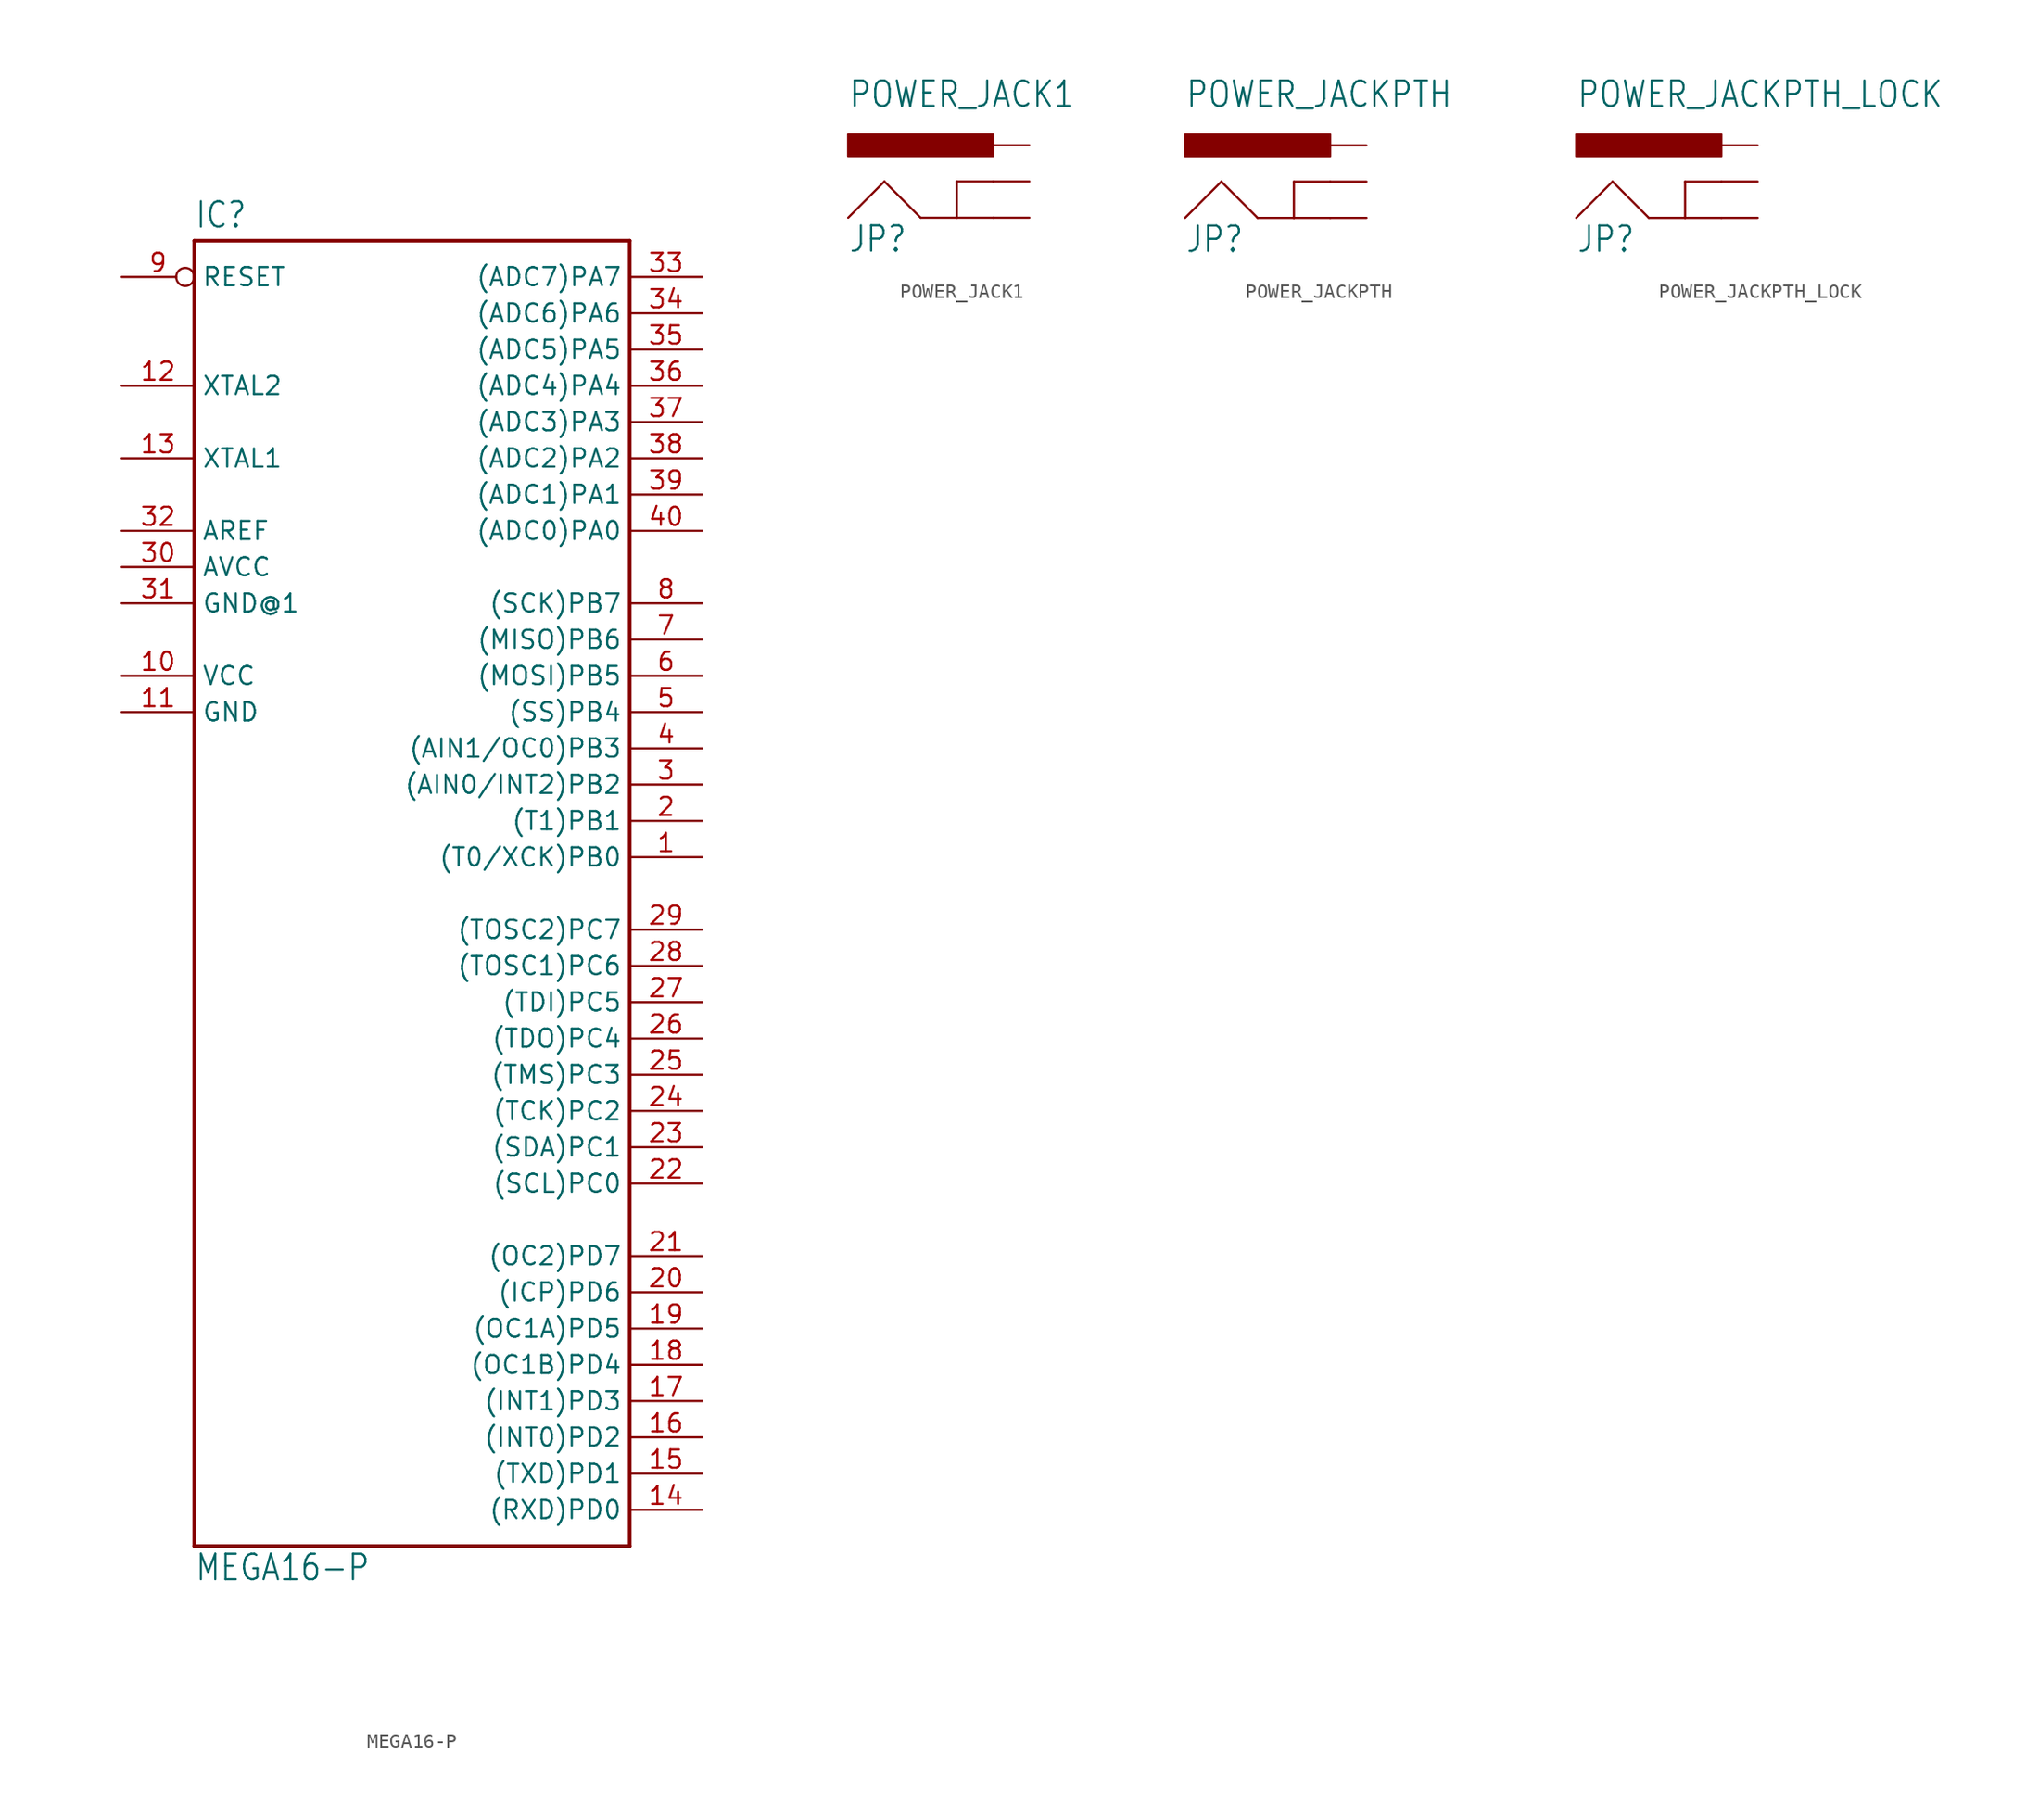
<source format=kicad_sym>
(kicad_symbol_lib
  (version 20211014)
  (generator kicad_symbol_editor)
  (symbol "MEGA16-P"
    (property "Reference" "IC"
      (at -15.24 43.942 0)
      (effects (font (size 1.778 1.511)) (justify left bottom)))
    (property "Value" "MEGA16-P"
      (at -15.24 -50.8 0)
      (effects (font (size 1.778 1.511)) (justify left bottom)))
    (property "ki_locked" ""
      (at 0 0 0)
      (effects (font (size 1.27 1.27))))
    (symbol "MEGA16-P_1_0"
      (polyline (pts (xy -15.24 -48.26) (xy -15.24 43.18)) (stroke (width 0.254) (type default) (color 0 0 0 0)) (fill (type none)))
      (polyline (pts (xy -15.24 43.18) (xy 15.24 43.18)) (stroke (width 0.254) (type default) (color 0 0 0 0)) (fill (type none)))
      (polyline (pts (xy 15.24 -48.26) (xy -15.24 -48.26)) (stroke (width 0.254) (type default) (color 0 0 0 0)) (fill (type none)))
      (polyline (pts (xy 15.24 43.18) (xy 15.24 -48.26)) (stroke (width 0.254) (type default) (color 0 0 0 0)) (fill (type none)))
      (pin bidirectional line (at 20.32 0 180) (length 5.08) (name "(T0/XCK)PB0" (effects (font (size 1.27 1.27)))) (number "1" (effects (font (size 1.27 1.27)))))
      (pin power_in line (at -20.32 12.7 0) (length 5.08) (name "VCC" (effects (font (size 1.27 1.27)))) (number "10" (effects (font (size 1.27 1.27)))))
      (pin power_in line (at -20.32 10.16 0) (length 5.08) (name "GND" (effects (font (size 1.27 1.27)))) (number "11" (effects (font (size 1.27 1.27)))))
      (pin bidirectional line (at -20.32 33.02 0) (length 5.08) (name "XTAL2" (effects (font (size 1.27 1.27)))) (number "12" (effects (font (size 1.27 1.27)))))
      (pin bidirectional line (at -20.32 27.94 0) (length 5.08) (name "XTAL1" (effects (font (size 1.27 1.27)))) (number "13" (effects (font (size 1.27 1.27)))))
      (pin bidirectional line (at 20.32 -45.72 180) (length 5.08) (name "(RXD)PD0" (effects (font (size 1.27 1.27)))) (number "14" (effects (font (size 1.27 1.27)))))
      (pin bidirectional line (at 20.32 -43.18 180) (length 5.08) (name "(TXD)PD1" (effects (font (size 1.27 1.27)))) (number "15" (effects (font (size 1.27 1.27)))))
      (pin bidirectional line (at 20.32 -40.64 180) (length 5.08) (name "(INT0)PD2" (effects (font (size 1.27 1.27)))) (number "16" (effects (font (size 1.27 1.27)))))
      (pin bidirectional line (at 20.32 -38.1 180) (length 5.08) (name "(INT1)PD3" (effects (font (size 1.27 1.27)))) (number "17" (effects (font (size 1.27 1.27)))))
      (pin bidirectional line (at 20.32 -35.56 180) (length 5.08) (name "(OC1B)PD4" (effects (font (size 1.27 1.27)))) (number "18" (effects (font (size 1.27 1.27)))))
      (pin bidirectional line (at 20.32 -33.02 180) (length 5.08) (name "(OC1A)PD5" (effects (font (size 1.27 1.27)))) (number "19" (effects (font (size 1.27 1.27)))))
      (pin bidirectional line (at 20.32 2.54 180) (length 5.08) (name "(T1)PB1" (effects (font (size 1.27 1.27)))) (number "2" (effects (font (size 1.27 1.27)))))
      (pin bidirectional line (at 20.32 -30.48 180) (length 5.08) (name "(ICP)PD6" (effects (font (size 1.27 1.27)))) (number "20" (effects (font (size 1.27 1.27)))))
      (pin bidirectional line (at 20.32 -27.94 180) (length 5.08) (name "(OC2)PD7" (effects (font (size 1.27 1.27)))) (number "21" (effects (font (size 1.27 1.27)))))
      (pin bidirectional line (at 20.32 -22.86 180) (length 5.08) (name "(SCL)PC0" (effects (font (size 1.27 1.27)))) (number "22" (effects (font (size 1.27 1.27)))))
      (pin bidirectional line (at 20.32 -20.32 180) (length 5.08) (name "(SDA)PC1" (effects (font (size 1.27 1.27)))) (number "23" (effects (font (size 1.27 1.27)))))
      (pin bidirectional line (at 20.32 -17.78 180) (length 5.08) (name "(TCK)PC2" (effects (font (size 1.27 1.27)))) (number "24" (effects (font (size 1.27 1.27)))))
      (pin bidirectional line (at 20.32 -15.24 180) (length 5.08) (name "(TMS)PC3" (effects (font (size 1.27 1.27)))) (number "25" (effects (font (size 1.27 1.27)))))
      (pin bidirectional line (at 20.32 -12.7 180) (length 5.08) (name "(TDO)PC4" (effects (font (size 1.27 1.27)))) (number "26" (effects (font (size 1.27 1.27)))))
      (pin bidirectional line (at 20.32 -10.16 180) (length 5.08) (name "(TDI)PC5" (effects (font (size 1.27 1.27)))) (number "27" (effects (font (size 1.27 1.27)))))
      (pin bidirectional line (at 20.32 -7.62 180) (length 5.08) (name "(TOSC1)PC6" (effects (font (size 1.27 1.27)))) (number "28" (effects (font (size 1.27 1.27)))))
      (pin bidirectional line (at 20.32 -5.08 180) (length 5.08) (name "(TOSC2)PC7" (effects (font (size 1.27 1.27)))) (number "29" (effects (font (size 1.27 1.27)))))
      (pin bidirectional line (at 20.32 5.08 180) (length 5.08) (name "(AIN0/INT2)PB2" (effects (font (size 1.27 1.27)))) (number "3" (effects (font (size 1.27 1.27)))))
      (pin power_in line (at -20.32 20.32 0) (length 5.08) (name "AVCC" (effects (font (size 1.27 1.27)))) (number "30" (effects (font (size 1.27 1.27)))))
      (pin power_in line (at -20.32 17.78 0) (length 5.08) (name "GND@1" (effects (font (size 1.27 1.27)))) (number "31" (effects (font (size 1.27 1.27)))))
      (pin passive line (at -20.32 22.86 0) (length 5.08) (name "AREF" (effects (font (size 1.27 1.27)))) (number "32" (effects (font (size 1.27 1.27)))))
      (pin bidirectional line (at 20.32 40.64 180) (length 5.08) (name "(ADC7)PA7" (effects (font (size 1.27 1.27)))) (number "33" (effects (font (size 1.27 1.27)))))
      (pin bidirectional line (at 20.32 38.1 180) (length 5.08) (name "(ADC6)PA6" (effects (font (size 1.27 1.27)))) (number "34" (effects (font (size 1.27 1.27)))))
      (pin bidirectional line (at 20.32 35.56 180) (length 5.08) (name "(ADC5)PA5" (effects (font (size 1.27 1.27)))) (number "35" (effects (font (size 1.27 1.27)))))
      (pin bidirectional line (at 20.32 33.02 180) (length 5.08) (name "(ADC4)PA4" (effects (font (size 1.27 1.27)))) (number "36" (effects (font (size 1.27 1.27)))))
      (pin bidirectional line (at 20.32 30.48 180) (length 5.08) (name "(ADC3)PA3" (effects (font (size 1.27 1.27)))) (number "37" (effects (font (size 1.27 1.27)))))
      (pin bidirectional line (at 20.32 27.94 180) (length 5.08) (name "(ADC2)PA2" (effects (font (size 1.27 1.27)))) (number "38" (effects (font (size 1.27 1.27)))))
      (pin bidirectional line (at 20.32 25.4 180) (length 5.08) (name "(ADC1)PA1" (effects (font (size 1.27 1.27)))) (number "39" (effects (font (size 1.27 1.27)))))
      (pin bidirectional line (at 20.32 7.62 180) (length 5.08) (name "(AIN1/OC0)PB3" (effects (font (size 1.27 1.27)))) (number "4" (effects (font (size 1.27 1.27)))))
      (pin bidirectional line (at 20.32 22.86 180) (length 5.08) (name "(ADC0)PA0" (effects (font (size 1.27 1.27)))) (number "40" (effects (font (size 1.27 1.27)))))
      (pin bidirectional line (at 20.32 10.16 180) (length 5.08) (name "(SS)PB4" (effects (font (size 1.27 1.27)))) (number "5" (effects (font (size 1.27 1.27)))))
      (pin bidirectional line (at 20.32 12.7 180) (length 5.08) (name "(MOSI)PB5" (effects (font (size 1.27 1.27)))) (number "6" (effects (font (size 1.27 1.27)))))
      (pin bidirectional line (at 20.32 15.24 180) (length 5.08) (name "(MISO)PB6" (effects (font (size 1.27 1.27)))) (number "7" (effects (font (size 1.27 1.27)))))
      (pin bidirectional line (at 20.32 17.78 180) (length 5.08) (name "(SCK)PB7" (effects (font (size 1.27 1.27)))) (number "8" (effects (font (size 1.27 1.27)))))
      (pin input inverted (at -20.32 40.64 0) (length 5.08) (name "RESET" (effects (font (size 1.27 1.27)))) (number "9" (effects (font (size 1.27 1.27)))))))
  (symbol "POWER_JACK1"
    (property "Reference" "JP"
      (at -10.16 0 0)
      (effects (font (size 1.778 1.511)) (justify left bottom)))
    (property "Value" "POWER_JACK1"
      (at -10.16 10.16 0)
      (effects (font (size 1.778 1.511)) (justify left bottom)))
    (property "ki_locked" ""
      (at 0 0 0)
      (effects (font (size 1.27 1.27))))
    (symbol "POWER_JACK1_1_0"
      (rectangle (start -10.16 6.858) (end 0 8.382) (stroke (width 0) (type default) (color 0 0 0 0)) (fill (type outline)))
      (polyline (pts (xy -10.16 2.54) (xy -7.62 5.08)) (stroke (width 0.152) (type default) (color 0 0 0 0)) (fill (type none)))
      (polyline (pts (xy -7.62 5.08) (xy -5.08 2.54)) (stroke (width 0.152) (type default) (color 0 0 0 0)) (fill (type none)))
      (polyline (pts (xy -5.08 2.54) (xy -2.54 2.54)) (stroke (width 0.152) (type default) (color 0 0 0 0)) (fill (type none)))
      (polyline (pts (xy -2.54 2.54) (xy -2.54 5.08)) (stroke (width 0.152) (type default) (color 0 0 0 0)) (fill (type none)))
      (polyline (pts (xy -2.54 2.54) (xy 0 2.54)) (stroke (width 0.152) (type default) (color 0 0 0 0)) (fill (type none)))
      (polyline (pts (xy -2.54 5.08) (xy 0 5.08)) (stroke (width 0.152) (type default) (color 0 0 0 0)) (fill (type none)))
      (pin bidirectional line (at 2.54 5.08 180) (length 2.54) (name "GNDBREAK" (effects (font (size 0 0)))) (number "GND" (effects (font (size 0 0)))))
      (pin bidirectional line (at 2.54 2.54 180) (length 2.54) (name "GND" (effects (font (size 0 0)))) (number "P$4" (effects (font (size 0 0)))))
      (pin bidirectional line (at 2.54 7.62 180) (length 2.54) (name "PWR" (effects (font (size 0 0)))) (number "VIN0" (effects (font (size 0 0)))))))
  (symbol "POWER_JACKPTH"
    (property "Reference" "JP"
      (at -10.16 0 0)
      (effects (font (size 1.778 1.511)) (justify left bottom)))
    (property "Value" "POWER_JACKPTH"
      (at -10.16 10.16 0)
      (effects (font (size 1.778 1.511)) (justify left bottom)))
    (property "ki_locked" ""
      (at 0 0 0)
      (effects (font (size 1.27 1.27))))
    (symbol "POWER_JACKPTH_1_0"
      (rectangle (start -10.16 6.858) (end 0 8.382) (stroke (width 0) (type default) (color 0 0 0 0)) (fill (type outline)))
      (polyline (pts (xy -10.16 2.54) (xy -7.62 5.08)) (stroke (width 0.152) (type default) (color 0 0 0 0)) (fill (type none)))
      (polyline (pts (xy -7.62 5.08) (xy -5.08 2.54)) (stroke (width 0.152) (type default) (color 0 0 0 0)) (fill (type none)))
      (polyline (pts (xy -5.08 2.54) (xy -2.54 2.54)) (stroke (width 0.152) (type default) (color 0 0 0 0)) (fill (type none)))
      (polyline (pts (xy -2.54 2.54) (xy -2.54 5.08)) (stroke (width 0.152) (type default) (color 0 0 0 0)) (fill (type none)))
      (polyline (pts (xy -2.54 2.54) (xy 0 2.54)) (stroke (width 0.152) (type default) (color 0 0 0 0)) (fill (type none)))
      (polyline (pts (xy -2.54 5.08) (xy 0 5.08)) (stroke (width 0.152) (type default) (color 0 0 0 0)) (fill (type none)))
      (pin bidirectional line (at 2.54 2.54 180) (length 2.54) (name "GND" (effects (font (size 0 0)))) (number "GND" (effects (font (size 0 0)))))
      (pin bidirectional line (at 2.54 5.08 180) (length 2.54) (name "GNDBREAK" (effects (font (size 0 0)))) (number "GNDBREAK" (effects (font (size 0 0)))))
      (pin bidirectional line (at 2.54 7.62 180) (length 2.54) (name "PWR" (effects (font (size 0 0)))) (number "PWR" (effects (font (size 0 0)))))))
  (symbol "POWER_JACKPTH_LOCK"
    (property "Reference" "JP"
      (at -10.16 0 0)
      (effects (font (size 1.778 1.511)) (justify left bottom)))
    (property "Value" "POWER_JACKPTH_LOCK"
      (at -10.16 10.16 0)
      (effects (font (size 1.778 1.511)) (justify left bottom)))
    (property "ki_locked" ""
      (at 0 0 0)
      (effects (font (size 1.27 1.27))))
    (symbol "POWER_JACKPTH_LOCK_1_0"
      (rectangle (start -10.16 6.858) (end 0 8.382) (stroke (width 0) (type default) (color 0 0 0 0)) (fill (type outline)))
      (polyline (pts (xy -10.16 2.54) (xy -7.62 5.08)) (stroke (width 0.152) (type default) (color 0 0 0 0)) (fill (type none)))
      (polyline (pts (xy -7.62 5.08) (xy -5.08 2.54)) (stroke (width 0.152) (type default) (color 0 0 0 0)) (fill (type none)))
      (polyline (pts (xy -5.08 2.54) (xy -2.54 2.54)) (stroke (width 0.152) (type default) (color 0 0 0 0)) (fill (type none)))
      (polyline (pts (xy -2.54 2.54) (xy -2.54 5.08)) (stroke (width 0.152) (type default) (color 0 0 0 0)) (fill (type none)))
      (polyline (pts (xy -2.54 2.54) (xy 0 2.54)) (stroke (width 0.152) (type default) (color 0 0 0 0)) (fill (type none)))
      (polyline (pts (xy -2.54 5.08) (xy 0 5.08)) (stroke (width 0.152) (type default) (color 0 0 0 0)) (fill (type none)))
      (pin bidirectional line (at 2.54 2.54 180) (length 2.54) (name "GND" (effects (font (size 0 0)))) (number "GND" (effects (font (size 0 0)))))
      (pin bidirectional line (at 2.54 5.08 180) (length 2.54) (name "GNDBREAK" (effects (font (size 0 0)))) (number "GNDBREAK" (effects (font (size 0 0)))))
      (pin bidirectional line (at 2.54 7.62 180) (length 2.54) (name "PWR" (effects (font (size 0 0)))) (number "PWR" (effects (font (size 0 0))))))))
</source>
